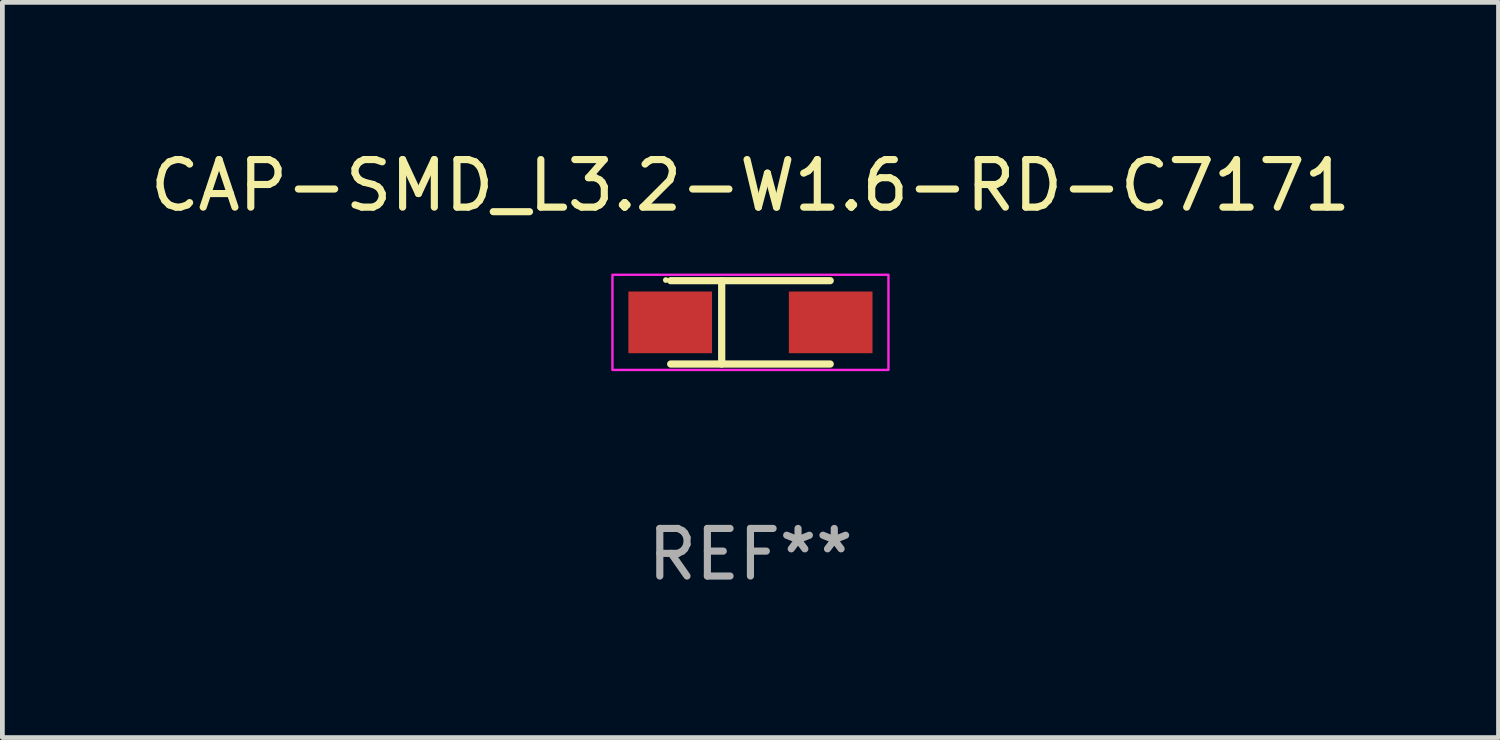
<source format=kicad_pcb>
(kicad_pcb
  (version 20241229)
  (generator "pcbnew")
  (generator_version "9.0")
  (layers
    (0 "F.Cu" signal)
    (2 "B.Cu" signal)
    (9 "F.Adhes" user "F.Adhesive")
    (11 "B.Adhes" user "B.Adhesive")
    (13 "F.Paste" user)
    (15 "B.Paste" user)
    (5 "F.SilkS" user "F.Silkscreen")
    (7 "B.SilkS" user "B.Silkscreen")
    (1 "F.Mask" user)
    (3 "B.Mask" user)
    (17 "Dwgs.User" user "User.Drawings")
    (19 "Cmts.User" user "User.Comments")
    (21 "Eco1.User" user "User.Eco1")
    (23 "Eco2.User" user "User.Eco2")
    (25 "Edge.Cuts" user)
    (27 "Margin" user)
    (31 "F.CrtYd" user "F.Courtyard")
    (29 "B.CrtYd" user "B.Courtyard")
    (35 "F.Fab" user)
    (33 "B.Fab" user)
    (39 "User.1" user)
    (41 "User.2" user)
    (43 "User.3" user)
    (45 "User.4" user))
  (footprint "CAP-SMD_L3.2-W1.6-RD-C7171"
    (layer "F.Cu")
    (at 12.72 3.724)
    (property "Reference" "CAP-SMD_L3.2-W1.6-RD-C7171" (at 0 -2.876 0) (layer "F.SilkS") (effects (font (size 1 1) (thickness 0.15))))
    (attr smd)
    (fp_line (start -0.604 0.876) (end -0.604 -0.876) (stroke (width 0.152) (type solid)) (layer "F.SilkS"))
    (fp_line (start 1.676 -0.876) (end -1.676 -0.876) (stroke (width 0.152) (type solid)) (layer "F.SilkS"))
    (fp_line (start 1.676 0.876) (end -1.676 0.876) (stroke (width 0.152) (type solid)) (layer "F.SilkS"))
    (fp_circle (center -1.778 -0.889) (end -1.748 -0.889) (stroke (width 0.06) (type solid)) (fill no) (layer "F.SilkS"))
    (fp_rect (start -2.9 -1) (end 2.9 1) (stroke (width 0.05) (type default)) (fill no) (layer "F.CrtYd"))
    (fp_text user "REF**" (at 0 4.876 0) (layer "F.Fab") (effects (font (size 1 1) (thickness 0.15))))
    (pad "1" smd rect (at -1.686 0 180) (size 1.758 1.296) (layers "F.Cu" "F.Mask" "F.Paste"))
    (pad "2" smd rect (at 1.686 0 180) (size 1.758 1.296) (layers "F.Cu" "F.Mask" "F.Paste")))
  (gr_rect
    (start -3 -3)
    (end 28.44 12.449)
    (stroke (width 0.1) (type default))
    (fill no)
    (layer "Edge.Cuts")))
</source>
